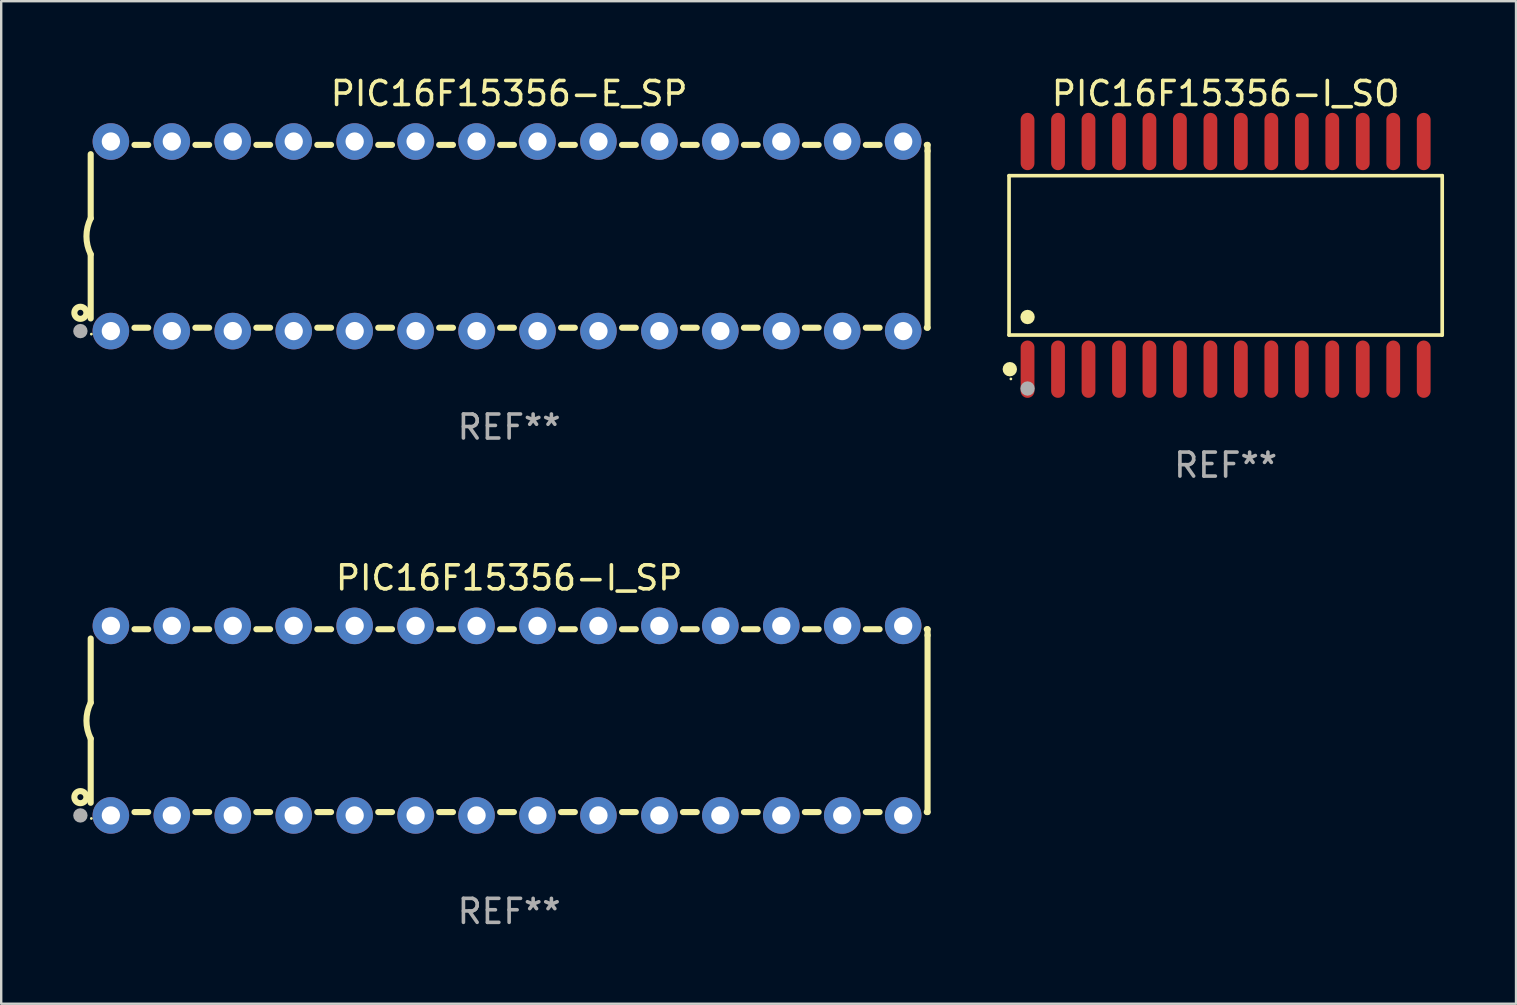
<source format=kicad_pcb>
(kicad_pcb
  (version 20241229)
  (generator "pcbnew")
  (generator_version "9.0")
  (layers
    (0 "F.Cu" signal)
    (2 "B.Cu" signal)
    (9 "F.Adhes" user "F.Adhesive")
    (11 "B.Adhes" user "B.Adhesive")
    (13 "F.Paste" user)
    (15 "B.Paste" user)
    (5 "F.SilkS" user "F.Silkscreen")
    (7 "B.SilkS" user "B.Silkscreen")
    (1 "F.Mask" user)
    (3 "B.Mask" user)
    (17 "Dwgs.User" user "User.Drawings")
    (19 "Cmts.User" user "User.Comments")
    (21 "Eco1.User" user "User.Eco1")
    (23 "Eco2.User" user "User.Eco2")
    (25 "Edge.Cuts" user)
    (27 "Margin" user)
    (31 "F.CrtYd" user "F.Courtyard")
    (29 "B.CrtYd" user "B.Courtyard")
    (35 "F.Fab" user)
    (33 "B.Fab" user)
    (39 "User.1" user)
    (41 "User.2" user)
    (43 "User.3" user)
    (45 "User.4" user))
  (footprint "PIC16F15356-E_SP"
    (layer "F.Cu")
    (at 18.168 6.798)
    (property "Reference" "PIC16F15356-E_SP" (at 0 -5.95 0) (layer "F.SilkS") (effects (font (size 1 1) (thickness 0.15))))
    (attr through_hole)
    (fp_line (start -17.438 0.75) (end -17.438 3.423) (stroke (width 0.254) (type solid)) (layer "F.SilkS"))
    (fp_line (start -17.438 -3.423) (end -17.438 -0.75) (stroke (width 0.254) (type solid)) (layer "F.SilkS"))
    (fp_line (start -15.615 3.81) (end -15.041 3.81) (stroke (width 0.254) (type solid)) (layer "F.SilkS"))
    (fp_line (start -15.041 -3.81) (end -15.614 -3.81) (stroke (width 0.254) (type solid)) (layer "F.SilkS"))
    (fp_line (start -13.075 3.81) (end -12.501 3.81) (stroke (width 0.254) (type solid)) (layer "F.SilkS"))
    (fp_line (start -12.501 -3.81) (end -13.074 -3.81) (stroke (width 0.254) (type solid)) (layer "F.SilkS"))
    (fp_line (start -10.535 3.81) (end -9.961 3.81) (stroke (width 0.254) (type solid)) (layer "F.SilkS"))
    (fp_line (start -9.961 -3.81) (end -10.534 -3.81) (stroke (width 0.254) (type solid)) (layer "F.SilkS"))
    (fp_line (start -7.995 3.81) (end -7.421 3.81) (stroke (width 0.254) (type solid)) (layer "F.SilkS"))
    (fp_line (start -7.421 -3.81) (end -7.995 -3.81) (stroke (width 0.254) (type solid)) (layer "F.SilkS"))
    (fp_line (start -5.455 3.81) (end -4.881 3.81) (stroke (width 0.254) (type solid)) (layer "F.SilkS"))
    (fp_line (start -4.881 -3.81) (end -5.455 -3.81) (stroke (width 0.254) (type solid)) (layer "F.SilkS"))
    (fp_line (start -2.915 3.81) (end -2.341 3.81) (stroke (width 0.254) (type solid)) (layer "F.SilkS"))
    (fp_line (start -2.341 -3.81) (end -2.915 -3.81) (stroke (width 0.254) (type solid)) (layer "F.SilkS"))
    (fp_line (start -0.375 3.81) (end 0.199 3.81) (stroke (width 0.254) (type solid)) (layer "F.SilkS"))
    (fp_line (start 0.199 -3.81) (end -0.375 -3.81) (stroke (width 0.254) (type solid)) (layer "F.SilkS"))
    (fp_line (start 2.165 3.81) (end 2.739 3.81) (stroke (width 0.254) (type solid)) (layer "F.SilkS"))
    (fp_line (start 2.739 -3.81) (end 2.165 -3.81) (stroke (width 0.254) (type solid)) (layer "F.SilkS"))
    (fp_line (start 4.705 3.81) (end 5.279 3.81) (stroke (width 0.254) (type solid)) (layer "F.SilkS"))
    (fp_line (start 5.279 -3.81) (end 4.705 -3.81) (stroke (width 0.254) (type solid)) (layer "F.SilkS"))
    (fp_line (start 7.245 3.81) (end 7.819 3.81) (stroke (width 0.254) (type solid)) (layer "F.SilkS"))
    (fp_line (start 7.819 -3.81) (end 7.245 -3.81) (stroke (width 0.254) (type solid)) (layer "F.SilkS"))
    (fp_line (start 9.785 3.81) (end 10.359 3.81) (stroke (width 0.254) (type solid)) (layer "F.SilkS"))
    (fp_line (start 10.359 -3.81) (end 9.785 -3.81) (stroke (width 0.254) (type solid)) (layer "F.SilkS"))
    (fp_line (start 12.325 3.81) (end 12.899 3.81) (stroke (width 0.254) (type solid)) (layer "F.SilkS"))
    (fp_line (start 12.899 -3.81) (end 12.325 -3.81) (stroke (width 0.254) (type solid)) (layer "F.SilkS"))
    (fp_line (start 14.865 3.81) (end 15.439 3.81) (stroke (width 0.254) (type solid)) (layer "F.SilkS"))
    (fp_line (start 15.439 -3.81) (end 14.865 -3.81) (stroke (width 0.254) (type solid)) (layer "F.SilkS"))
    (fp_line (start 17.405 3.81) (end 17.438 3.81) (stroke (width 0.254) (type solid)) (layer "F.SilkS"))
    (fp_line (start 17.438 -3.81) (end 17.405 -3.81) (stroke (width 0.254) (type solid)) (layer "F.SilkS"))
    (fp_line (start 17.438 -3.556) (end 17.438 -3.81) (stroke (width 0.254) (type solid)) (layer "F.SilkS"))
    (fp_line (start 17.438 3.81) (end 17.438 -3.556) (stroke (width 0.254) (type solid)) (layer "F.SilkS"))
    (fp_arc (start -17.437986 0.749657) (mid -17.614887 -0.000024) (end -17.437783 -0.749657) (stroke (width 0.254001) (type solid)) (layer "F.SilkS"))
    (fp_circle (center -17.868 3.188) (end -17.743 3.188) (stroke (width 0.254) (type solid)) (fill no) (layer "F.SilkS"))
    (fp_circle (center -17.411 4.077) (end -17.381 4.077) (stroke (width 0.06) (type solid)) (fill no) (layer "F.SilkS"))
    (fp_circle (center -17.868 3.95) (end -17.718 3.95) (stroke (width 0.3) (type solid)) (fill no) (layer "F.Fab"))
    (fp_text user "REF**" (at 0 7.95 0) (layer "F.Fab") (effects (font (size 1 1) (thickness 0.15))))
    (pad "1" thru_hole circle (at -16.598 3.95) (size 1.524 1.524) (drill 0.762) (layers "*.Cu" "*.Mask"))
    (pad "2" thru_hole circle (at -14.058 3.95) (size 1.524 1.524) (drill 0.762) (layers "*.Cu" "*.Mask"))
    (pad "3" thru_hole circle (at -11.518 3.95) (size 1.524 1.524) (drill 0.762) (layers "*.Cu" "*.Mask"))
    (pad "4" thru_hole circle (at -8.978 3.95) (size 1.524 1.524) (drill 0.762) (layers "*.Cu" "*.Mask"))
    (pad "5" thru_hole circle (at -6.438 3.95) (size 1.524 1.524) (drill 0.762) (layers "*.Cu" "*.Mask"))
    (pad "6" thru_hole circle (at -3.898 3.95) (size 1.524 1.524) (drill 0.762) (layers "*.Cu" "*.Mask"))
    (pad "7" thru_hole circle (at -1.358 3.95) (size 1.524 1.524) (drill 0.762) (layers "*.Cu" "*.Mask"))
    (pad "8" thru_hole circle (at 1.182 3.95) (size 1.524 1.524) (drill 0.762) (layers "*.Cu" "*.Mask"))
    (pad "9" thru_hole circle (at 3.722 3.95) (size 1.524 1.524) (drill 0.762) (layers "*.Cu" "*.Mask"))
    (pad "10" thru_hole circle (at 6.262 3.95) (size 1.524 1.524) (drill 0.762) (layers "*.Cu" "*.Mask"))
    (pad "11" thru_hole circle (at 8.802 3.95) (size 1.524 1.524) (drill 0.762) (layers "*.Cu" "*.Mask"))
    (pad "12" thru_hole circle (at 11.342 3.95) (size 1.524 1.524) (drill 0.762) (layers "*.Cu" "*.Mask"))
    (pad "13" thru_hole circle (at 13.882 3.95) (size 1.524 1.524) (drill 0.762) (layers "*.Cu" "*.Mask"))
    (pad "14" thru_hole circle (at 16.422 3.95) (size 1.524 1.524) (drill 0.762) (layers "*.Cu" "*.Mask"))
    (pad "15" thru_hole circle (at 16.422 -3.95) (size 1.524 1.524) (drill 0.762) (layers "*.Cu" "*.Mask"))
    (pad "16" thru_hole circle (at 13.882 -3.95) (size 1.524 1.524) (drill 0.762) (layers "*.Cu" "*.Mask"))
    (pad "17" thru_hole circle (at 11.342 -3.95) (size 1.524 1.524) (drill 0.762) (layers "*.Cu" "*.Mask"))
    (pad "18" thru_hole circle (at 8.802 -3.95) (size 1.524 1.524) (drill 0.762) (layers "*.Cu" "*.Mask"))
    (pad "19" thru_hole circle (at 6.262 -3.95) (size 1.524 1.524) (drill 0.762) (layers "*.Cu" "*.Mask"))
    (pad "20" thru_hole circle (at 3.722 -3.95) (size 1.524 1.524) (drill 0.762) (layers "*.Cu" "*.Mask"))
    (pad "21" thru_hole circle (at 1.182 -3.95) (size 1.524 1.524) (drill 0.762) (layers "*.Cu" "*.Mask"))
    (pad "22" thru_hole circle (at -1.358 -3.95) (size 1.524 1.524) (drill 0.762) (layers "*.Cu" "*.Mask"))
    (pad "23" thru_hole circle (at -3.898 -3.95) (size 1.524 1.524) (drill 0.762) (layers "*.Cu" "*.Mask"))
    (pad "24" thru_hole circle (at -6.438 -3.95) (size 1.524 1.524) (drill 0.762) (layers "*.Cu" "*.Mask"))
    (pad "25" thru_hole circle (at -8.978 -3.95) (size 1.524 1.524) (drill 0.762) (layers "*.Cu" "*.Mask"))
    (pad "26" thru_hole circle (at -11.517 -3.95) (size 1.524 1.524) (drill 0.762) (layers "*.Cu" "*.Mask"))
    (pad "27" thru_hole circle (at -14.057 -3.95) (size 1.524 1.524) (drill 0.762) (layers "*.Cu" "*.Mask"))
    (pad "28" thru_hole circle (at -16.597 -3.95) (size 1.524 1.524) (drill 0.762) (layers "*.Cu" "*.Mask")))
  (footprint "PIC16F15356-I_SP"
    (layer "F.Cu")
    (at 18.168 26.983)
    (property "Reference" "PIC16F15356-I_SP" (at 0 -5.95 0) (layer "F.SilkS") (effects (font (size 1 1) (thickness 0.15))))
    (attr through_hole)
    (fp_line (start -17.438 0.75) (end -17.438 3.423) (stroke (width 0.254) (type solid)) (layer "F.SilkS"))
    (fp_line (start -17.438 -3.423) (end -17.438 -0.75) (stroke (width 0.254) (type solid)) (layer "F.SilkS"))
    (fp_line (start -15.615 3.81) (end -15.041 3.81) (stroke (width 0.254) (type solid)) (layer "F.SilkS"))
    (fp_line (start -15.041 -3.81) (end -15.614 -3.81) (stroke (width 0.254) (type solid)) (layer "F.SilkS"))
    (fp_line (start -13.075 3.81) (end -12.501 3.81) (stroke (width 0.254) (type solid)) (layer "F.SilkS"))
    (fp_line (start -12.501 -3.81) (end -13.074 -3.81) (stroke (width 0.254) (type solid)) (layer "F.SilkS"))
    (fp_line (start -10.535 3.81) (end -9.961 3.81) (stroke (width 0.254) (type solid)) (layer "F.SilkS"))
    (fp_line (start -9.961 -3.81) (end -10.534 -3.81) (stroke (width 0.254) (type solid)) (layer "F.SilkS"))
    (fp_line (start -7.995 3.81) (end -7.421 3.81) (stroke (width 0.254) (type solid)) (layer "F.SilkS"))
    (fp_line (start -7.421 -3.81) (end -7.995 -3.81) (stroke (width 0.254) (type solid)) (layer "F.SilkS"))
    (fp_line (start -5.455 3.81) (end -4.881 3.81) (stroke (width 0.254) (type solid)) (layer "F.SilkS"))
    (fp_line (start -4.881 -3.81) (end -5.455 -3.81) (stroke (width 0.254) (type solid)) (layer "F.SilkS"))
    (fp_line (start -2.915 3.81) (end -2.341 3.81) (stroke (width 0.254) (type solid)) (layer "F.SilkS"))
    (fp_line (start -2.341 -3.81) (end -2.915 -3.81) (stroke (width 0.254) (type solid)) (layer "F.SilkS"))
    (fp_line (start -0.375 3.81) (end 0.199 3.81) (stroke (width 0.254) (type solid)) (layer "F.SilkS"))
    (fp_line (start 0.199 -3.81) (end -0.375 -3.81) (stroke (width 0.254) (type solid)) (layer "F.SilkS"))
    (fp_line (start 2.165 3.81) (end 2.739 3.81) (stroke (width 0.254) (type solid)) (layer "F.SilkS"))
    (fp_line (start 2.739 -3.81) (end 2.165 -3.81) (stroke (width 0.254) (type solid)) (layer "F.SilkS"))
    (fp_line (start 4.705 3.81) (end 5.279 3.81) (stroke (width 0.254) (type solid)) (layer "F.SilkS"))
    (fp_line (start 5.279 -3.81) (end 4.705 -3.81) (stroke (width 0.254) (type solid)) (layer "F.SilkS"))
    (fp_line (start 7.245 3.81) (end 7.819 3.81) (stroke (width 0.254) (type solid)) (layer "F.SilkS"))
    (fp_line (start 7.819 -3.81) (end 7.245 -3.81) (stroke (width 0.254) (type solid)) (layer "F.SilkS"))
    (fp_line (start 9.785 3.81) (end 10.359 3.81) (stroke (width 0.254) (type solid)) (layer "F.SilkS"))
    (fp_line (start 10.359 -3.81) (end 9.785 -3.81) (stroke (width 0.254) (type solid)) (layer "F.SilkS"))
    (fp_line (start 12.325 3.81) (end 12.899 3.81) (stroke (width 0.254) (type solid)) (layer "F.SilkS"))
    (fp_line (start 12.899 -3.81) (end 12.325 -3.81) (stroke (width 0.254) (type solid)) (layer "F.SilkS"))
    (fp_line (start 14.865 3.81) (end 15.439 3.81) (stroke (width 0.254) (type solid)) (layer "F.SilkS"))
    (fp_line (start 15.439 -3.81) (end 14.865 -3.81) (stroke (width 0.254) (type solid)) (layer "F.SilkS"))
    (fp_line (start 17.405 3.81) (end 17.438 3.81) (stroke (width 0.254) (type solid)) (layer "F.SilkS"))
    (fp_line (start 17.438 -3.81) (end 17.405 -3.81) (stroke (width 0.254) (type solid)) (layer "F.SilkS"))
    (fp_line (start 17.438 -3.556) (end 17.438 -3.81) (stroke (width 0.254) (type solid)) (layer "F.SilkS"))
    (fp_line (start 17.438 3.81) (end 17.438 -3.556) (stroke (width 0.254) (type solid)) (layer "F.SilkS"))
    (fp_arc (start -17.437986 0.749657) (mid -17.614887 -0.000024) (end -17.437783 -0.749657) (stroke (width 0.254001) (type solid)) (layer "F.SilkS"))
    (fp_circle (center -17.868 3.188) (end -17.743 3.188) (stroke (width 0.254) (type solid)) (fill no) (layer "F.SilkS"))
    (fp_circle (center -17.411 4.077) (end -17.381 4.077) (stroke (width 0.06) (type solid)) (fill no) (layer "F.SilkS"))
    (fp_circle (center -17.868 3.95) (end -17.718 3.95) (stroke (width 0.3) (type solid)) (fill no) (layer "F.Fab"))
    (fp_text user "REF**" (at 0 7.95 0) (layer "F.Fab") (effects (font (size 1 1) (thickness 0.15))))
    (pad "1" thru_hole circle (at -16.598 3.95) (size 1.524 1.524) (drill 0.762) (layers "*.Cu" "*.Mask"))
    (pad "2" thru_hole circle (at -14.058 3.95) (size 1.524 1.524) (drill 0.762) (layers "*.Cu" "*.Mask"))
    (pad "3" thru_hole circle (at -11.518 3.95) (size 1.524 1.524) (drill 0.762) (layers "*.Cu" "*.Mask"))
    (pad "4" thru_hole circle (at -8.978 3.95) (size 1.524 1.524) (drill 0.762) (layers "*.Cu" "*.Mask"))
    (pad "5" thru_hole circle (at -6.438 3.95) (size 1.524 1.524) (drill 0.762) (layers "*.Cu" "*.Mask"))
    (pad "6" thru_hole circle (at -3.898 3.95) (size 1.524 1.524) (drill 0.762) (layers "*.Cu" "*.Mask"))
    (pad "7" thru_hole circle (at -1.358 3.95) (size 1.524 1.524) (drill 0.762) (layers "*.Cu" "*.Mask"))
    (pad "8" thru_hole circle (at 1.182 3.95) (size 1.524 1.524) (drill 0.762) (layers "*.Cu" "*.Mask"))
    (pad "9" thru_hole circle (at 3.722 3.95) (size 1.524 1.524) (drill 0.762) (layers "*.Cu" "*.Mask"))
    (pad "10" thru_hole circle (at 6.262 3.95) (size 1.524 1.524) (drill 0.762) (layers "*.Cu" "*.Mask"))
    (pad "11" thru_hole circle (at 8.802 3.95) (size 1.524 1.524) (drill 0.762) (layers "*.Cu" "*.Mask"))
    (pad "12" thru_hole circle (at 11.342 3.95) (size 1.524 1.524) (drill 0.762) (layers "*.Cu" "*.Mask"))
    (pad "13" thru_hole circle (at 13.882 3.95) (size 1.524 1.524) (drill 0.762) (layers "*.Cu" "*.Mask"))
    (pad "14" thru_hole circle (at 16.422 3.95) (size 1.524 1.524) (drill 0.762) (layers "*.Cu" "*.Mask"))
    (pad "15" thru_hole circle (at 16.422 -3.95) (size 1.524 1.524) (drill 0.762) (layers "*.Cu" "*.Mask"))
    (pad "16" thru_hole circle (at 13.882 -3.95) (size 1.524 1.524) (drill 0.762) (layers "*.Cu" "*.Mask"))
    (pad "17" thru_hole circle (at 11.342 -3.95) (size 1.524 1.524) (drill 0.762) (layers "*.Cu" "*.Mask"))
    (pad "18" thru_hole circle (at 8.802 -3.95) (size 1.524 1.524) (drill 0.762) (layers "*.Cu" "*.Mask"))
    (pad "19" thru_hole circle (at 6.262 -3.95) (size 1.524 1.524) (drill 0.762) (layers "*.Cu" "*.Mask"))
    (pad "20" thru_hole circle (at 3.722 -3.95) (size 1.524 1.524) (drill 0.762) (layers "*.Cu" "*.Mask"))
    (pad "21" thru_hole circle (at 1.182 -3.95) (size 1.524 1.524) (drill 0.762) (layers "*.Cu" "*.Mask"))
    (pad "22" thru_hole circle (at -1.358 -3.95) (size 1.524 1.524) (drill 0.762) (layers "*.Cu" "*.Mask"))
    (pad "23" thru_hole circle (at -3.898 -3.95) (size 1.524 1.524) (drill 0.762) (layers "*.Cu" "*.Mask"))
    (pad "24" thru_hole circle (at -6.438 -3.95) (size 1.524 1.524) (drill 0.762) (layers "*.Cu" "*.Mask"))
    (pad "25" thru_hole circle (at -8.978 -3.95) (size 1.524 1.524) (drill 0.762) (layers "*.Cu" "*.Mask"))
    (pad "26" thru_hole circle (at -11.517 -3.95) (size 1.524 1.524) (drill 0.762) (layers "*.Cu" "*.Mask"))
    (pad "27" thru_hole circle (at -14.057 -3.95) (size 1.524 1.524) (drill 0.762) (layers "*.Cu" "*.Mask"))
    (pad "28" thru_hole circle (at -16.597 -3.95) (size 1.524 1.524) (drill 0.762) (layers "*.Cu" "*.Mask")))
  (footprint "PIC16F15356-I_SO"
    (layer "F.Cu")
    (at 48.028 7.592)
    (property "Reference" "PIC16F15356-I_SO" (at 0 -6.744 0) (layer "F.SilkS") (effects (font (size 1 1) (thickness 0.15))))
    (attr through_hole)
    (fp_line (start -9.026 -3.321) (end 9.026 -3.321) (stroke (width 0.152) (type solid)) (layer "F.SilkS"))
    (fp_line (start -9.026 3.321) (end -9.026 -3.321) (stroke (width 0.152) (type solid)) (layer "F.SilkS"))
    (fp_line (start 9.026 -3.321) (end 9.026 3.321) (stroke (width 0.152) (type solid)) (layer "F.SilkS"))
    (fp_line (start 9.026 3.321) (end -9.026 3.321) (stroke (width 0.152) (type solid)) (layer "F.SilkS"))
    (fp_circle (center -8.994 4.744) (end -8.844 4.744) (stroke (width 0.3) (type solid)) (fill no) (layer "F.SilkS"))
    (fp_circle (center -8.95 5.15) (end -8.92 5.15) (stroke (width 0.06) (type solid)) (fill no) (layer "F.SilkS"))
    (fp_circle (center -8.255 2.569) (end -8.105 2.569) (stroke (width 0.3) (type solid)) (fill no) (layer "F.SilkS"))
    (fp_circle (center -8.255 5.55) (end -8.105 5.55) (stroke (width 0.3) (type solid)) (fill no) (layer "F.Fab"))
    (fp_text user "REF**" (at 0 8.744 0) (layer "F.Fab") (effects (font (size 1 1) (thickness 0.15))))
    (pad "1" smd oval (at -8.255 4.744) (size 0.574 2.388) (layers "F.Cu" "F.Mask" "F.Paste"))
    (pad "2" smd oval (at -6.985 4.744) (size 0.574 2.388) (layers "F.Cu" "F.Mask" "F.Paste"))
    (pad "3" smd oval (at -5.715 4.744) (size 0.574 2.388) (layers "F.Cu" "F.Mask" "F.Paste"))
    (pad "4" smd oval (at -4.445 4.744) (size 0.574 2.388) (layers "F.Cu" "F.Mask" "F.Paste"))
    (pad "5" smd oval (at -3.175 4.744) (size 0.574 2.388) (layers "F.Cu" "F.Mask" "F.Paste"))
    (pad "6" smd oval (at -1.905 4.744) (size 0.574 2.388) (layers "F.Cu" "F.Mask" "F.Paste"))
    (pad "7" smd oval (at -0.635 4.744) (size 0.574 2.388) (layers "F.Cu" "F.Mask" "F.Paste"))
    (pad "8" smd oval (at 0.635 4.744) (size 0.574 2.388) (layers "F.Cu" "F.Mask" "F.Paste"))
    (pad "9" smd oval (at 1.905 4.744) (size 0.574 2.388) (layers "F.Cu" "F.Mask" "F.Paste"))
    (pad "10" smd oval (at 3.175 4.744) (size 0.574 2.388) (layers "F.Cu" "F.Mask" "F.Paste"))
    (pad "11" smd oval (at 4.445 4.744) (size 0.574 2.388) (layers "F.Cu" "F.Mask" "F.Paste"))
    (pad "12" smd oval (at 5.715 4.744) (size 0.574 2.388) (layers "F.Cu" "F.Mask" "F.Paste"))
    (pad "13" smd oval (at 6.985 4.744) (size 0.574 2.388) (layers "F.Cu" "F.Mask" "F.Paste"))
    (pad "14" smd oval (at 8.255 4.744) (size 0.574 2.388) (layers "F.Cu" "F.Mask" "F.Paste"))
    (pad "15" smd oval (at 8.255 -4.744) (size 0.574 2.388) (layers "F.Cu" "F.Mask" "F.Paste"))
    (pad "16" smd oval (at 6.985 -4.744) (size 0.574 2.388) (layers "F.Cu" "F.Mask" "F.Paste"))
    (pad "17" smd oval (at 5.715 -4.744) (size 0.574 2.388) (layers "F.Cu" "F.Mask" "F.Paste"))
    (pad "18" smd oval (at 4.445 -4.744) (size 0.574 2.388) (layers "F.Cu" "F.Mask" "F.Paste"))
    (pad "19" smd oval (at 3.175 -4.744) (size 0.574 2.388) (layers "F.Cu" "F.Mask" "F.Paste"))
    (pad "20" smd oval (at 1.905 -4.744) (size 0.574 2.388) (layers "F.Cu" "F.Mask" "F.Paste"))
    (pad "21" smd oval (at 0.635 -4.744) (size 0.574 2.388) (layers "F.Cu" "F.Mask" "F.Paste"))
    (pad "22" smd oval (at -0.635 -4.744) (size 0.574 2.388) (layers "F.Cu" "F.Mask" "F.Paste"))
    (pad "23" smd oval (at -1.905 -4.744) (size 0.574 2.388) (layers "F.Cu" "F.Mask" "F.Paste"))
    (pad "24" smd oval (at -3.175 -4.744) (size 0.574 2.388) (layers "F.Cu" "F.Mask" "F.Paste"))
    (pad "25" smd oval (at -4.445 -4.744) (size 0.574 2.388) (layers "F.Cu" "F.Mask" "F.Paste"))
    (pad "26" smd oval (at -5.715 -4.744) (size 0.574 2.388) (layers "F.Cu" "F.Mask" "F.Paste"))
    (pad "27" smd oval (at -6.985 -4.744) (size 0.574 2.388) (layers "F.Cu" "F.Mask" "F.Paste"))
    (pad "28" smd oval (at -8.255 -4.744) (size 0.574 2.388) (layers "F.Cu" "F.Mask" "F.Paste")))
  (gr_rect
    (start -3 -3)
    (end 60.13 38.781)
    (stroke (width 0.1) (type default))
    (fill no)
    (layer "Edge.Cuts")))
</source>
